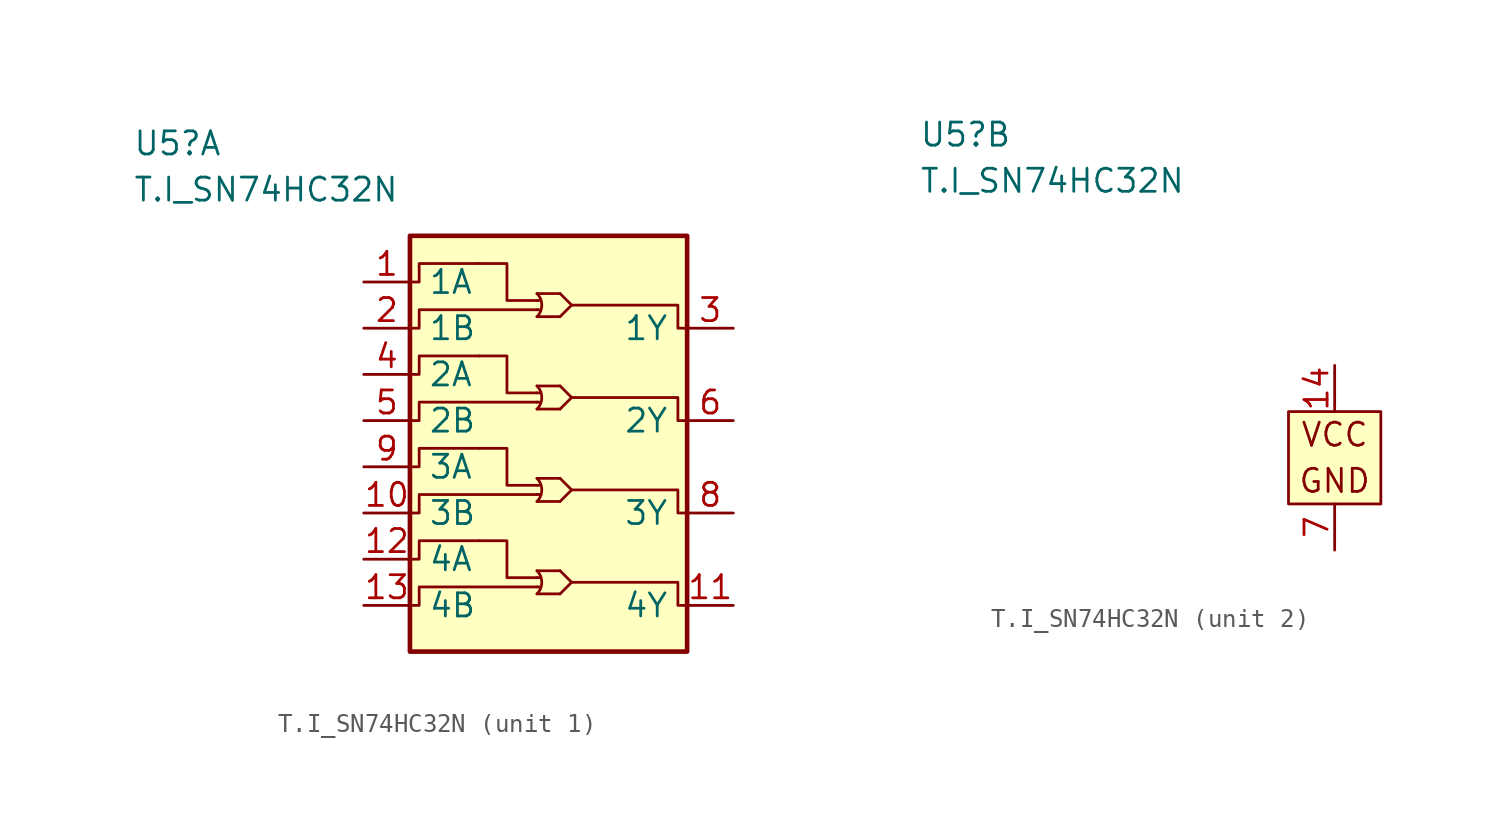
<source format=kicad_sym>
(kicad_symbol_lib
  (version 20211014)
  (generator kicad_symbol_editor)
  (symbol "T.I_SN74HC32N"
    (pin_names
      (offset 1))
    (property "Reference" "U5"
      (at -22.86 17.78 0)
      (effects (font (size 1.27 1.27)) (justify left)))
    (property "Value" "T.I_SN74HC32N"
      (at -22.86 15.24 0)
      (effects (font (size 1.27 1.27)) (justify left)))
    (property "ki_locked" ""
      (at 0 0 0)
      (effects (font (size 1.27 1.27))))
    (symbol "T.I_SN74HC32N_1_1"
      (rectangle (start -7.62 12.7) (end 7.62 -10.16) (stroke (width 0.254) (type default) (color 0 0 0 0)) (fill (type background)))
      (arc (start -0.635 -6.985) (mid -0.372 -6.35) (end -0.635 -5.715) (stroke (width 0) (type default) (color 0 0 0 0)) (fill (type none)))
      (arc (start -0.635 -1.905) (mid -0.372 -1.27) (end -0.635 -0.635) (stroke (width 0) (type default) (color 0 0 0 0)) (fill (type none)))
      (arc (start -0.635 3.175) (mid -0.372 3.81) (end -0.635 4.445) (stroke (width 0) (type default) (color 0 0 0 0)) (fill (type none)))
      (arc (start -0.635 8.255) (mid -0.372 8.89) (end -0.635 9.525) (stroke (width 0) (type default) (color 0 0 0 0)) (fill (type none)))
      (polyline (pts (xy -0.635 -6.604) (xy -0.508 -6.604)) (stroke (width 0) (type default) (color 0 0 0 0)) (fill (type none)))
      (polyline (pts (xy -0.635 -6.096) (xy -0.508 -6.096)) (stroke (width 0) (type default) (color 0 0 0 0)) (fill (type none)))
      (polyline (pts (xy -0.635 -1.524) (xy -0.508 -1.524)) (stroke (width 0) (type default) (color 0 0 0 0)) (fill (type none)))
      (polyline (pts (xy -0.635 -1.016) (xy -0.508 -1.016)) (stroke (width 0) (type default) (color 0 0 0 0)) (fill (type none)))
      (polyline (pts (xy -0.635 3.556) (xy -0.508 3.556)) (stroke (width 0) (type default) (color 0 0 0 0)) (fill (type none)))
      (polyline (pts (xy -0.635 4.064) (xy -0.508 4.064)) (stroke (width 0) (type default) (color 0 0 0 0)) (fill (type none)))
      (polyline (pts (xy -0.635 8.636) (xy -0.508 8.636)) (stroke (width 0) (type default) (color 0 0 0 0)) (fill (type none)))
      (polyline (pts (xy -0.635 9.144) (xy -0.508 9.144)) (stroke (width 0) (type default) (color 0 0 0 0)) (fill (type none)))
      (polyline (pts (xy 0.635 -6.985) (xy -0.635 -6.985)) (stroke (width 0) (type default) (color 0 0 0 0)) (fill (type none)))
      (polyline (pts (xy 0.635 -5.715) (xy -0.635 -5.715)) (stroke (width 0) (type default) (color 0 0 0 0)) (fill (type none)))
      (polyline (pts (xy 0.635 -1.905) (xy -0.635 -1.905)) (stroke (width 0) (type default) (color 0 0 0 0)) (fill (type none)))
      (polyline (pts (xy 0.635 -0.635) (xy -0.635 -0.635)) (stroke (width 0) (type default) (color 0 0 0 0)) (fill (type none)))
      (polyline (pts (xy 0.635 3.175) (xy -0.635 3.175)) (stroke (width 0) (type default) (color 0 0 0 0)) (fill (type none)))
      (polyline (pts (xy 0.635 4.445) (xy -0.635 4.445)) (stroke (width 0) (type default) (color 0 0 0 0)) (fill (type none)))
      (polyline (pts (xy 0.635 8.255) (xy -0.635 8.255)) (stroke (width 0) (type default) (color 0 0 0 0)) (fill (type none)))
      (polyline (pts (xy 0.635 9.525) (xy -0.635 9.525)) (stroke (width 0) (type default) (color 0 0 0 0)) (fill (type none)))
      (polyline (pts (xy 0.635 -5.715) (xy 1.27 -6.35) (xy 0.635 -6.985)) (stroke (width 0) (type default) (color 0 0 0 0)) (fill (type none)))
      (polyline (pts (xy 0.635 -0.635) (xy 1.27 -1.27) (xy 0.635 -1.905)) (stroke (width 0) (type default) (color 0 0 0 0)) (fill (type none)))
      (polyline (pts (xy 0.635 4.445) (xy 1.27 3.81) (xy 0.635 3.175)) (stroke (width 0) (type default) (color 0 0 0 0)) (fill (type none)))
      (polyline (pts (xy 0.635 9.525) (xy 1.27 8.89) (xy 0.635 8.255)) (stroke (width 0) (type default) (color 0 0 0 0)) (fill (type none)))
      (polyline (pts (xy -0.635 -6.096) (xy -2.286 -6.096) (xy -2.286 -4.064) (xy -3.81 -4.064)) (stroke (width 0) (type default) (color 0 0 0 0)) (fill (type none)))
      (polyline (pts (xy -0.635 -1.016) (xy -2.286 -1.016) (xy -2.286 1.016) (xy -3.81 1.016)) (stroke (width 0) (type default) (color 0 0 0 0)) (fill (type none)))
      (polyline (pts (xy -0.635 4.064) (xy -2.286 4.064) (xy -2.286 6.096) (xy -3.81 6.096)) (stroke (width 0) (type default) (color 0 0 0 0)) (fill (type none)))
      (polyline (pts (xy -0.635 9.144) (xy -2.286 9.144) (xy -2.286 11.176) (xy -3.81 11.176)) (stroke (width 0) (type default) (color 0 0 0 0)) (fill (type none)))
      (polyline (pts (xy -3.81 -4.064) (xy -3.81 -4.064) (xy -7.112 -4.064) (xy -7.112 -5.08) (xy -7.62 -5.08)) (stroke (width 0) (type default) (color 0 0 0 0)) (fill (type none)))
      (polyline (pts (xy -3.81 1.016) (xy -3.81 1.016) (xy -7.112 1.016) (xy -7.112 0) (xy -7.62 0)) (stroke (width 0) (type default) (color 0 0 0 0)) (fill (type none)))
      (polyline (pts (xy -3.81 6.096) (xy -3.81 6.096) (xy -7.112 6.096) (xy -7.112 5.08) (xy -7.62 5.08)) (stroke (width 0) (type default) (color 0 0 0 0)) (fill (type none)))
      (polyline (pts (xy -3.81 11.176) (xy -3.81 11.176) (xy -7.112 11.176) (xy -7.112 10.16) (xy -7.62 10.16)) (stroke (width 0) (type default) (color 0 0 0 0)) (fill (type none)))
      (polyline (pts (xy -0.635 -6.604) (xy -3.81 -6.604) (xy -7.112 -6.604) (xy -7.112 -7.62) (xy -7.62 -7.62)) (stroke (width 0) (type default) (color 0 0 0 0)) (fill (type none)))
      (polyline (pts (xy -0.635 -1.524) (xy -3.81 -1.524) (xy -7.112 -1.524) (xy -7.112 -2.54) (xy -7.62 -2.54)) (stroke (width 0) (type default) (color 0 0 0 0)) (fill (type none)))
      (polyline (pts (xy -0.635 3.556) (xy -3.81 3.556) (xy -7.112 3.556) (xy -7.112 2.54) (xy -7.62 2.54)) (stroke (width 0) (type default) (color 0 0 0 0)) (fill (type none)))
      (polyline (pts (xy -0.635 8.636) (xy -3.81 8.636) (xy -7.112 8.636) (xy -7.112 7.62) (xy -7.62 7.62)) (stroke (width 0) (type default) (color 0 0 0 0)) (fill (type none)))
      (polyline (pts (xy 1.27 -6.35) (xy 3.81 -6.35) (xy 7.112 -6.35) (xy 7.112 -7.62) (xy 7.62 -7.62)) (stroke (width 0) (type default) (color 0 0 0 0)) (fill (type none)))
      (polyline (pts (xy 1.27 -1.27) (xy 3.81 -1.27) (xy 7.112 -1.27) (xy 7.112 -2.54) (xy 7.62 -2.54)) (stroke (width 0) (type default) (color 0 0 0 0)) (fill (type none)))
      (polyline (pts (xy 1.27 3.81) (xy 3.81 3.81) (xy 7.112 3.81) (xy 7.112 2.54) (xy 7.62 2.54)) (stroke (width 0) (type default) (color 0 0 0 0)) (fill (type none)))
      (polyline (pts (xy 1.27 8.89) (xy 3.81 8.89) (xy 7.112 8.89) (xy 7.112 7.62) (xy 7.62 7.62)) (stroke (width 0) (type default) (color 0 0 0 0)) (fill (type none)))
      (pin input line (at -10.16 10.16 0) (length 2.54) (name "1A" (effects (font (size 1.27 1.27)))) (number "1" (effects (font (size 1.27 1.27)))))
      (pin input line (at -10.16 -2.54 0) (length 2.54) (name "3B" (effects (font (size 1.27 1.27)))) (number "10" (effects (font (size 1.27 1.27)))))
      (pin output line (at 10.16 -7.62 180) (length 2.54) (name "4Y" (effects (font (size 1.27 1.27)))) (number "11" (effects (font (size 1.27 1.27)))))
      (pin input line (at -10.16 -5.08 0) (length 2.54) (name "4A" (effects (font (size 1.27 1.27)))) (number "12" (effects (font (size 1.27 1.27)))))
      (pin input line (at -10.16 -7.62 0) (length 2.54) (name "4B" (effects (font (size 1.27 1.27)))) (number "13" (effects (font (size 1.27 1.27)))))
      (pin input line (at -10.16 7.62 0) (length 2.54) (name "1B" (effects (font (size 1.27 1.27)))) (number "2" (effects (font (size 1.27 1.27)))))
      (pin output line (at 10.16 7.62 180) (length 2.54) (name "1Y" (effects (font (size 1.27 1.27)))) (number "3" (effects (font (size 1.27 1.27)))))
      (pin input line (at -10.16 5.08 0) (length 2.54) (name "2A" (effects (font (size 1.27 1.27)))) (number "4" (effects (font (size 1.27 1.27)))))
      (pin input line (at -10.16 2.54 0) (length 2.54) (name "2B" (effects (font (size 1.27 1.27)))) (number "5" (effects (font (size 1.27 1.27)))))
      (pin output line (at 10.16 2.54 180) (length 2.54) (name "2Y" (effects (font (size 1.27 1.27)))) (number "6" (effects (font (size 1.27 1.27)))))
      (pin output line (at 10.16 -2.54 180) (length 2.54) (name "3Y" (effects (font (size 1.27 1.27)))) (number "8" (effects (font (size 1.27 1.27)))))
      (pin input line (at -10.16 0 0) (length 2.54) (name "3A" (effects (font (size 1.27 1.27)))) (number "9" (effects (font (size 1.27 1.27))))))
    (symbol "T.I_SN74HC32N_2_0"
      (text "GND" (at 0 -1.27 0) (effects (font (size 1.27 1.27))))
      (text "VCC" (at 0 1.27 0) (effects (font (size 1.27 1.27)))))
    (symbol "T.I_SN74HC32N_2_1"
      (rectangle (start -2.54 2.54) (end 2.54 -2.54) (stroke (width 0) (type default) (color 0 0 0 0)) (fill (type background)))
      (pin power_in line (at 0 5.08 270) (length 2.54) (name "VCC" (effects (font (size 0 0)))) (number "14" (effects (font (size 1.27 1.27)))))
      (pin power_in line (at 0 -5.08 90) (length 2.54) (name "GND" (effects (font (size 0 0)))) (number "7" (effects (font (size 1.27 1.27))))))))
</source>
